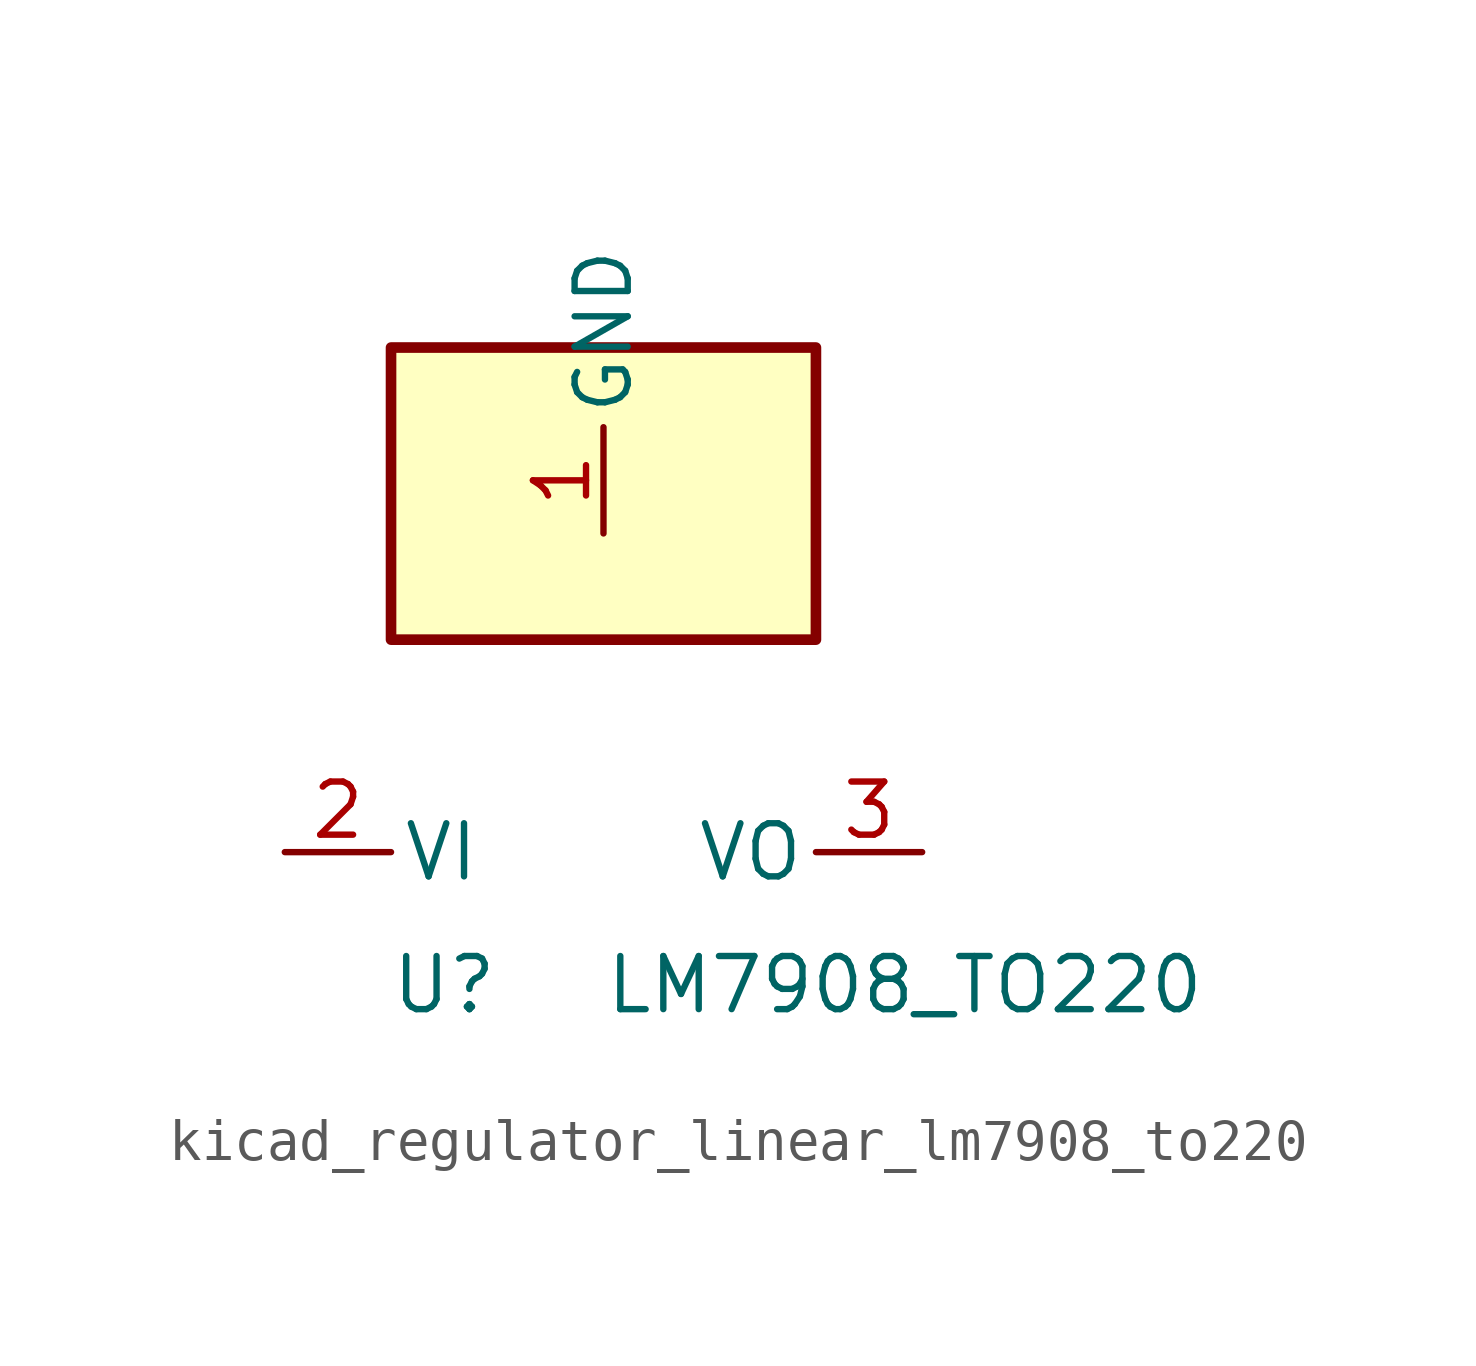
<source format=kicad_sym>
(kicad_symbol_lib
  (version 20220914)
  (generator kicad_symbol_editor)
  (symbol "kicad_regulator_linear_lm7908_to220"
    (pin_names
      (offset 0.254))
    (property "Reference" "U"
      (at -3.81 -3.175 0)
      (effects (font (size 1.27 1.27))))
    (property "Value" "LM7908_TO220"
      (at 0 -3.175 0)
      (effects (font (size 1.27 1.27)) (justify left)))
    (symbol "kicad_regulator_linear_lm7908_to220_0_1"
      (rectangle (start 5.08 12.065) (end -5.08 5.08) (stroke (width 0.254) (type default)) (fill (type background))))
    (symbol "kicad_regulator_linear_lm7908_to220_1_1"
      (pin power_in line (at 0 7.62 90) (length 2.54) (name "GND" (effects (font (size 1.27 1.27)))) (number "1" (effects (font (size 1.27 1.27)))))
      (pin power_in line (at -7.62 0 0) (length 2.54) (name "VI" (effects (font (size 1.27 1.27)))) (number "2" (effects (font (size 1.27 1.27)))))
      (pin power_out line (at 7.62 0 180) (length 2.54) (name "VO" (effects (font (size 1.27 1.27)))) (number "3" (effects (font (size 1.27 1.27))))))))
</source>
